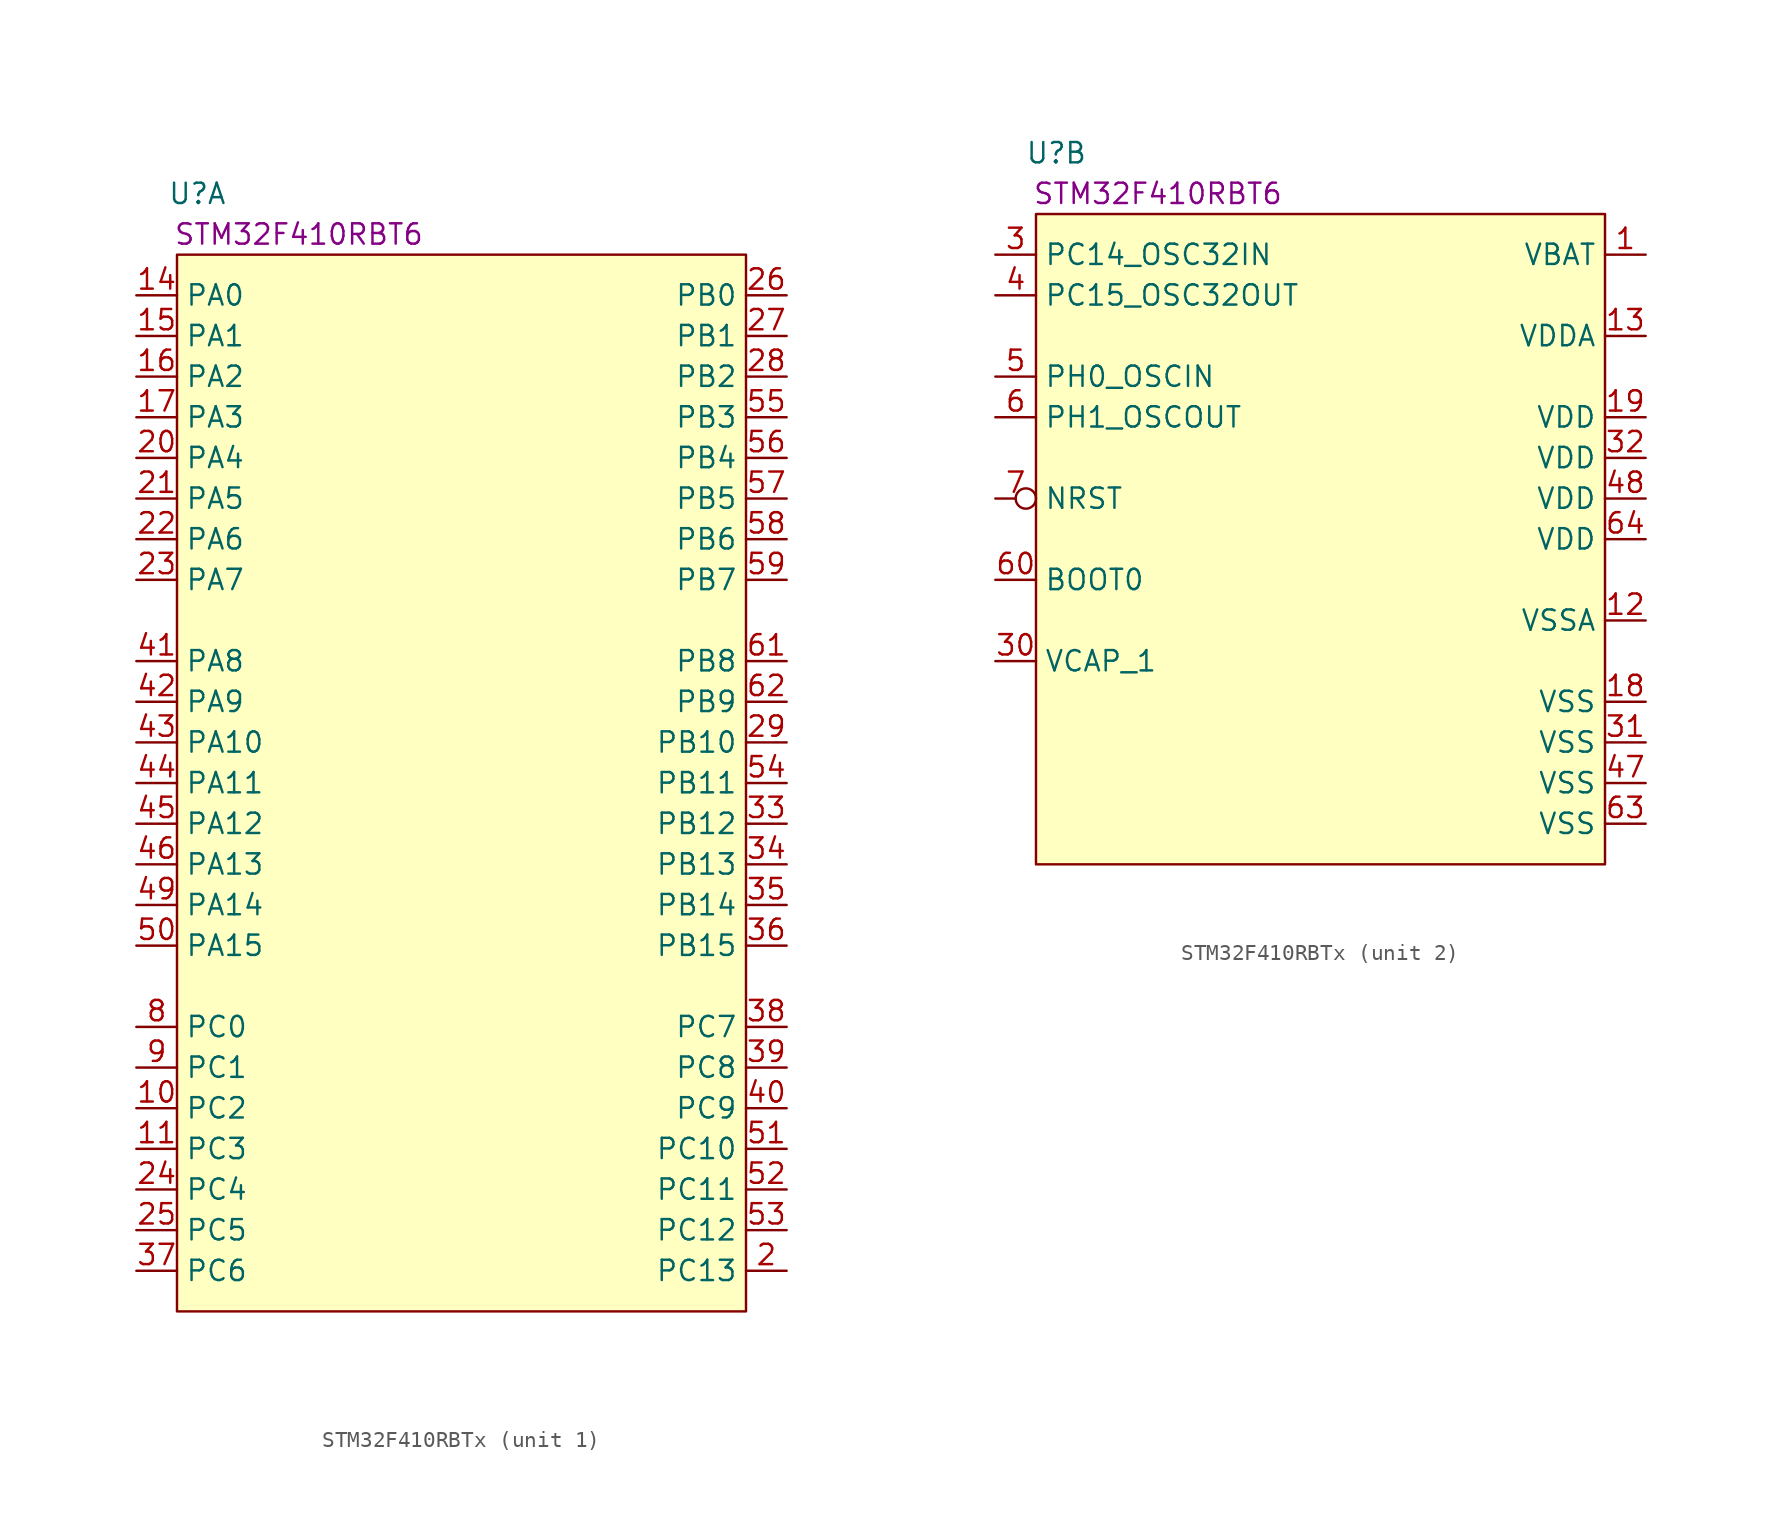
<source format=kicad_sym>
(kicad_symbol_lib
  (version 20211014)
  (generator kicad_symbol_editor)
  (symbol "STM32F410RBTx"
    (property "Reference" "U"
      (at 3.81 6.35 0)
      (effects (font (size 1.27 1.27))))
    (property "P/N" "STM32F410RBT6"
      (at 10.16 3.81 0)
      (effects (font (size 1.27 1.27))))
    (property "ki_locked" ""
      (at 0 0 0)
      (effects (font (size 1.27 1.27))))
    (symbol "STM32F410RBTx_1_1"
      (rectangle (start 2.54 2.54) (end 38.1 -63.5) (stroke (width 0) (type default) (color 0 0 0 0)) (fill (type background)))
      (pin bidirectional line (at 0 -50.8 0) (length 2.54) (name "PC2" (effects (font (size 1.27 1.27)))) (number "10" (effects (font (size 1.27 1.27)))))
      (pin bidirectional line (at 0 -53.34 0) (length 2.54) (name "PC3" (effects (font (size 1.27 1.27)))) (number "11" (effects (font (size 1.27 1.27)))))
      (pin bidirectional line (at 0 0 0) (length 2.54) (name "PA0" (effects (font (size 1.27 1.27)))) (number "14" (effects (font (size 1.27 1.27)))))
      (pin bidirectional line (at 0 -2.54 0) (length 2.54) (name "PA1" (effects (font (size 1.27 1.27)))) (number "15" (effects (font (size 1.27 1.27)))))
      (pin bidirectional line (at 0 -5.08 0) (length 2.54) (name "PA2" (effects (font (size 1.27 1.27)))) (number "16" (effects (font (size 1.27 1.27)))))
      (pin bidirectional line (at 0 -7.62 0) (length 2.54) (name "PA3" (effects (font (size 1.27 1.27)))) (number "17" (effects (font (size 1.27 1.27)))))
      (pin bidirectional line (at 40.64 -60.96 180) (length 2.54) (name "PC13" (effects (font (size 1.27 1.27)))) (number "2" (effects (font (size 1.27 1.27)))))
      (pin bidirectional line (at 0 -10.16 0) (length 2.54) (name "PA4" (effects (font (size 1.27 1.27)))) (number "20" (effects (font (size 1.27 1.27)))))
      (pin bidirectional line (at 0 -12.7 0) (length 2.54) (name "PA5" (effects (font (size 1.27 1.27)))) (number "21" (effects (font (size 1.27 1.27)))))
      (pin bidirectional line (at 0 -15.24 0) (length 2.54) (name "PA6" (effects (font (size 1.27 1.27)))) (number "22" (effects (font (size 1.27 1.27)))))
      (pin bidirectional line (at 0 -17.78 0) (length 2.54) (name "PA7" (effects (font (size 1.27 1.27)))) (number "23" (effects (font (size 1.27 1.27)))))
      (pin bidirectional line (at 0 -55.88 0) (length 2.54) (name "PC4" (effects (font (size 1.27 1.27)))) (number "24" (effects (font (size 1.27 1.27)))))
      (pin bidirectional line (at 0 -58.42 0) (length 2.54) (name "PC5" (effects (font (size 1.27 1.27)))) (number "25" (effects (font (size 1.27 1.27)))))
      (pin bidirectional line (at 40.64 0 180) (length 2.54) (name "PB0" (effects (font (size 1.27 1.27)))) (number "26" (effects (font (size 1.27 1.27)))))
      (pin bidirectional line (at 40.64 -2.54 180) (length 2.54) (name "PB1" (effects (font (size 1.27 1.27)))) (number "27" (effects (font (size 1.27 1.27)))))
      (pin bidirectional line (at 40.64 -5.08 180) (length 2.54) (name "PB2" (effects (font (size 1.27 1.27)))) (number "28" (effects (font (size 1.27 1.27)))))
      (pin bidirectional line (at 40.64 -27.94 180) (length 2.54) (name "PB10" (effects (font (size 1.27 1.27)))) (number "29" (effects (font (size 1.27 1.27)))))
      (pin bidirectional line (at 40.64 -33.02 180) (length 2.54) (name "PB12" (effects (font (size 1.27 1.27)))) (number "33" (effects (font (size 1.27 1.27)))))
      (pin bidirectional line (at 40.64 -35.56 180) (length 2.54) (name "PB13" (effects (font (size 1.27 1.27)))) (number "34" (effects (font (size 1.27 1.27)))))
      (pin bidirectional line (at 40.64 -38.1 180) (length 2.54) (name "PB14" (effects (font (size 1.27 1.27)))) (number "35" (effects (font (size 1.27 1.27)))))
      (pin bidirectional line (at 40.64 -40.64 180) (length 2.54) (name "PB15" (effects (font (size 1.27 1.27)))) (number "36" (effects (font (size 1.27 1.27)))))
      (pin bidirectional line (at 0 -60.96 0) (length 2.54) (name "PC6" (effects (font (size 1.27 1.27)))) (number "37" (effects (font (size 1.27 1.27)))))
      (pin bidirectional line (at 40.64 -45.72 180) (length 2.54) (name "PC7" (effects (font (size 1.27 1.27)))) (number "38" (effects (font (size 1.27 1.27)))))
      (pin bidirectional line (at 40.64 -48.26 180) (length 2.54) (name "PC8" (effects (font (size 1.27 1.27)))) (number "39" (effects (font (size 1.27 1.27)))))
      (pin bidirectional line (at 40.64 -50.8 180) (length 2.54) (name "PC9" (effects (font (size 1.27 1.27)))) (number "40" (effects (font (size 1.27 1.27)))))
      (pin bidirectional line (at 0 -22.86 0) (length 2.54) (name "PA8" (effects (font (size 1.27 1.27)))) (number "41" (effects (font (size 1.27 1.27)))))
      (pin bidirectional line (at 0 -25.4 0) (length 2.54) (name "PA9" (effects (font (size 1.27 1.27)))) (number "42" (effects (font (size 1.27 1.27)))))
      (pin bidirectional line (at 0 -27.94 0) (length 2.54) (name "PA10" (effects (font (size 1.27 1.27)))) (number "43" (effects (font (size 1.27 1.27)))))
      (pin bidirectional line (at 0 -30.48 0) (length 2.54) (name "PA11" (effects (font (size 1.27 1.27)))) (number "44" (effects (font (size 1.27 1.27)))))
      (pin bidirectional line (at 0 -33.02 0) (length 2.54) (name "PA12" (effects (font (size 1.27 1.27)))) (number "45" (effects (font (size 1.27 1.27)))))
      (pin bidirectional line (at 0 -35.56 0) (length 2.54) (name "PA13" (effects (font (size 1.27 1.27)))) (number "46" (effects (font (size 1.27 1.27)))))
      (pin bidirectional line (at 0 -38.1 0) (length 2.54) (name "PA14" (effects (font (size 1.27 1.27)))) (number "49" (effects (font (size 1.27 1.27)))))
      (pin bidirectional line (at 0 -40.64 0) (length 2.54) (name "PA15" (effects (font (size 1.27 1.27)))) (number "50" (effects (font (size 1.27 1.27)))))
      (pin bidirectional line (at 40.64 -53.34 180) (length 2.54) (name "PC10" (effects (font (size 1.27 1.27)))) (number "51" (effects (font (size 1.27 1.27)))))
      (pin bidirectional line (at 40.64 -55.88 180) (length 2.54) (name "PC11" (effects (font (size 1.27 1.27)))) (number "52" (effects (font (size 1.27 1.27)))))
      (pin bidirectional line (at 40.64 -58.42 180) (length 2.54) (name "PC12" (effects (font (size 1.27 1.27)))) (number "53" (effects (font (size 1.27 1.27)))))
      (pin bidirectional line (at 40.64 -30.48 180) (length 2.54) (name "PB11" (effects (font (size 1.27 1.27)))) (number "54" (effects (font (size 1.27 1.27)))))
      (pin bidirectional line (at 40.64 -7.62 180) (length 2.54) (name "PB3" (effects (font (size 1.27 1.27)))) (number "55" (effects (font (size 1.27 1.27)))))
      (pin bidirectional line (at 40.64 -10.16 180) (length 2.54) (name "PB4" (effects (font (size 1.27 1.27)))) (number "56" (effects (font (size 1.27 1.27)))))
      (pin bidirectional line (at 40.64 -12.7 180) (length 2.54) (name "PB5" (effects (font (size 1.27 1.27)))) (number "57" (effects (font (size 1.27 1.27)))))
      (pin bidirectional line (at 40.64 -15.24 180) (length 2.54) (name "PB6" (effects (font (size 1.27 1.27)))) (number "58" (effects (font (size 1.27 1.27)))))
      (pin bidirectional line (at 40.64 -17.78 180) (length 2.54) (name "PB7" (effects (font (size 1.27 1.27)))) (number "59" (effects (font (size 1.27 1.27)))))
      (pin bidirectional line (at 40.64 -22.86 180) (length 2.54) (name "PB8" (effects (font (size 1.27 1.27)))) (number "61" (effects (font (size 1.27 1.27)))))
      (pin bidirectional line (at 40.64 -25.4 180) (length 2.54) (name "PB9" (effects (font (size 1.27 1.27)))) (number "62" (effects (font (size 1.27 1.27)))))
      (pin bidirectional line (at 0 -45.72 0) (length 2.54) (name "PC0" (effects (font (size 1.27 1.27)))) (number "8" (effects (font (size 1.27 1.27)))))
      (pin bidirectional line (at 0 -48.26 0) (length 2.54) (name "PC1" (effects (font (size 1.27 1.27)))) (number "9" (effects (font (size 1.27 1.27))))))
    (symbol "STM32F410RBTx_2_1"
      (rectangle (start 2.54 2.54) (end 38.1 -38.1) (stroke (width 0) (type default) (color 0 0 0 0)) (fill (type background)))
      (pin power_in line (at 40.64 0 180) (length 2.54) (name "VBAT" (effects (font (size 1.27 1.27)))) (number "1" (effects (font (size 1.27 1.27)))))
      (pin power_in line (at 40.64 -22.86 180) (length 2.54) (name "VSSA" (effects (font (size 1.27 1.27)))) (number "12" (effects (font (size 1.27 1.27)))))
      (pin power_in line (at 40.64 -5.08 180) (length 2.54) (name "VDDA" (effects (font (size 1.27 1.27)))) (number "13" (effects (font (size 1.27 1.27)))))
      (pin power_in line (at 40.64 -27.94 180) (length 2.54) (name "VSS" (effects (font (size 1.27 1.27)))) (number "18" (effects (font (size 1.27 1.27)))))
      (pin power_in line (at 40.64 -10.16 180) (length 2.54) (name "VDD" (effects (font (size 1.27 1.27)))) (number "19" (effects (font (size 1.27 1.27)))))
      (pin bidirectional line (at 0 0 0) (length 2.54) (name "PC14_OSC32IN" (effects (font (size 1.27 1.27)))) (number "3" (effects (font (size 1.27 1.27)))))
      (pin passive line (at 0 -25.4 0) (length 2.54) (name "VCAP_1" (effects (font (size 1.27 1.27)))) (number "30" (effects (font (size 1.27 1.27)))))
      (pin power_in line (at 40.64 -30.48 180) (length 2.54) (name "VSS" (effects (font (size 1.27 1.27)))) (number "31" (effects (font (size 1.27 1.27)))))
      (pin power_in line (at 40.64 -12.7 180) (length 2.54) (name "VDD" (effects (font (size 1.27 1.27)))) (number "32" (effects (font (size 1.27 1.27)))))
      (pin bidirectional line (at 0 -2.54 0) (length 2.54) (name "PC15_OSC32OUT" (effects (font (size 1.27 1.27)))) (number "4" (effects (font (size 1.27 1.27)))))
      (pin power_in line (at 40.64 -33.02 180) (length 2.54) (name "VSS" (effects (font (size 1.27 1.27)))) (number "47" (effects (font (size 1.27 1.27)))))
      (pin power_in line (at 40.64 -15.24 180) (length 2.54) (name "VDD" (effects (font (size 1.27 1.27)))) (number "48" (effects (font (size 1.27 1.27)))))
      (pin input line (at 0 -7.62 0) (length 2.54) (name "PH0_OSCIN" (effects (font (size 1.27 1.27)))) (number "5" (effects (font (size 1.27 1.27)))))
      (pin output line (at 0 -10.16 0) (length 2.54) (name "PH1_OSCOUT" (effects (font (size 1.27 1.27)))) (number "6" (effects (font (size 1.27 1.27)))))
      (pin passive line (at 0 -20.32 0) (length 2.54) (name "BOOT0" (effects (font (size 1.27 1.27)))) (number "60" (effects (font (size 1.27 1.27)))))
      (pin power_in line (at 40.64 -35.56 180) (length 2.54) (name "VSS" (effects (font (size 1.27 1.27)))) (number "63" (effects (font (size 1.27 1.27)))))
      (pin power_in line (at 40.64 -17.78 180) (length 2.54) (name "VDD" (effects (font (size 1.27 1.27)))) (number "64" (effects (font (size 1.27 1.27)))))
      (pin passive inverted (at 0 -15.24 0) (length 2.54) (name "NRST" (effects (font (size 1.27 1.27)))) (number "7" (effects (font (size 1.27 1.27))))))))
</source>
